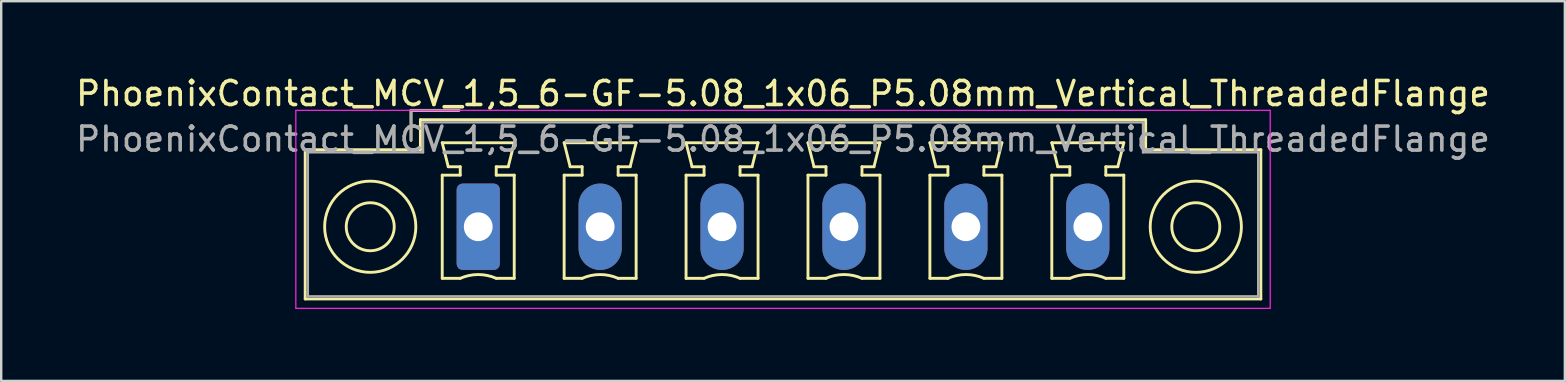
<source format=kicad_pcb>
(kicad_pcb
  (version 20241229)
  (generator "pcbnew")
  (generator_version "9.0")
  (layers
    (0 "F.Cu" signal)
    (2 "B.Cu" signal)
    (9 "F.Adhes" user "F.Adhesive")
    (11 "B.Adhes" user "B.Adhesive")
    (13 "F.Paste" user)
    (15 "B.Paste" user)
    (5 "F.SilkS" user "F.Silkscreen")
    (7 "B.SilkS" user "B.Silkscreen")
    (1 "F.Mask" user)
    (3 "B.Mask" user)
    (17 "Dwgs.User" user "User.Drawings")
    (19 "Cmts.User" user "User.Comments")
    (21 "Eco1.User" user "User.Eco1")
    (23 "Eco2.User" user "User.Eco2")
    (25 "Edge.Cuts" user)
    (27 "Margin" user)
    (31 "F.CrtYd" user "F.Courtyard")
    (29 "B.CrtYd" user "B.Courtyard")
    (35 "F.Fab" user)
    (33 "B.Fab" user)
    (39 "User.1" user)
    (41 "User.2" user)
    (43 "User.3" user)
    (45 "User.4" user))
  (footprint "PhoenixContact_MCV_1,5_6-GF-5.08_1x06_P5.08mm_Vertical_ThreadedFlange"
    (layer "F.Cu")
    (at 16.877 6.398)
    (property "Reference" "PhoenixContact_MCV_1,5_6-GF-5.08_1x06_P5.08mm_Vertical_ThreadedFlange" (at 12.7 -5.55 0) (layer "F.SilkS") (effects (font (size 1 1) (thickness 0.15))))
    (attr through_hole)
    (fp_line (start -7.21 -3.21) (end -7.21 3.01) (stroke (width 0.12) (type solid)) (layer "F.SilkS"))
    (fp_line (start -7.21 3.01) (end 32.61 3.01) (stroke (width 0.12) (type solid)) (layer "F.SilkS"))
    (fp_line (start -2.8 -4.85) (end -0.8 -4.85) (stroke (width 0.12) (type solid)) (layer "F.SilkS"))
    (fp_line (start -2.8 -3.6) (end -2.8 -4.85) (stroke (width 0.12) (type solid)) (layer "F.SilkS"))
    (fp_line (start -2.41 -4.46) (end -2.41 -3.21) (stroke (width 0.12) (type solid)) (layer "F.SilkS"))
    (fp_line (start -2.41 -3.21) (end -7.21 -3.21) (stroke (width 0.12) (type solid)) (layer "F.SilkS"))
    (fp_line (start -1.5 -3.5) (end 1.5 -3.5) (stroke (width 0.12) (type solid)) (layer "F.SilkS"))
    (fp_line (start -1.5 -2.15) (end -0.75 -2.15) (stroke (width 0.12) (type solid)) (layer "F.SilkS"))
    (fp_line (start -1.5 2.15) (end -1.5 -2.15) (stroke (width 0.12) (type solid)) (layer "F.SilkS"))
    (fp_line (start -1.25 -2.5) (end -1.5 -3.5) (stroke (width 0.12) (type solid)) (layer "F.SilkS"))
    (fp_line (start -0.75 -2.5) (end -1.25 -2.5) (stroke (width 0.12) (type solid)) (layer "F.SilkS"))
    (fp_line (start -0.75 -2.15) (end -0.75 -2.5) (stroke (width 0.12) (type solid)) (layer "F.SilkS"))
    (fp_line (start -0.75 2.15) (end -1.5 2.15) (stroke (width 0.12) (type solid)) (layer "F.SilkS"))
    (fp_line (start 0.75 -2.5) (end 0.75 -2.15) (stroke (width 0.12) (type solid)) (layer "F.SilkS"))
    (fp_line (start 0.75 -2.15) (end 1.5 -2.15) (stroke (width 0.12) (type solid)) (layer "F.SilkS"))
    (fp_line (start 1.25 -2.5) (end 0.75 -2.5) (stroke (width 0.12) (type solid)) (layer "F.SilkS"))
    (fp_line (start 1.5 -3.5) (end 1.25 -2.5) (stroke (width 0.12) (type solid)) (layer "F.SilkS"))
    (fp_line (start 1.5 -2.15) (end 1.5 2.15) (stroke (width 0.12) (type solid)) (layer "F.SilkS"))
    (fp_line (start 1.5 2.15) (end 0.75 2.15) (stroke (width 0.12) (type solid)) (layer "F.SilkS"))
    (fp_line (start 3.58 -3.5) (end 6.58 -3.5) (stroke (width 0.12) (type solid)) (layer "F.SilkS"))
    (fp_line (start 3.58 -2.15) (end 4.33 -2.15) (stroke (width 0.12) (type solid)) (layer "F.SilkS"))
    (fp_line (start 3.58 2.15) (end 3.58 -2.15) (stroke (width 0.12) (type solid)) (layer "F.SilkS"))
    (fp_line (start 3.83 -2.5) (end 3.58 -3.5) (stroke (width 0.12) (type solid)) (layer "F.SilkS"))
    (fp_line (start 4.33 -2.5) (end 3.83 -2.5) (stroke (width 0.12) (type solid)) (layer "F.SilkS"))
    (fp_line (start 4.33 -2.15) (end 4.33 -2.5) (stroke (width 0.12) (type solid)) (layer "F.SilkS"))
    (fp_line (start 4.33 2.15) (end 3.58 2.15) (stroke (width 0.12) (type solid)) (layer "F.SilkS"))
    (fp_line (start 5.83 -2.5) (end 5.83 -2.15) (stroke (width 0.12) (type solid)) (layer "F.SilkS"))
    (fp_line (start 5.83 -2.15) (end 6.58 -2.15) (stroke (width 0.12) (type solid)) (layer "F.SilkS"))
    (fp_line (start 6.33 -2.5) (end 5.83 -2.5) (stroke (width 0.12) (type solid)) (layer "F.SilkS"))
    (fp_line (start 6.58 -3.5) (end 6.33 -2.5) (stroke (width 0.12) (type solid)) (layer "F.SilkS"))
    (fp_line (start 6.58 -2.15) (end 6.58 2.15) (stroke (width 0.12) (type solid)) (layer "F.SilkS"))
    (fp_line (start 6.58 2.15) (end 5.83 2.15) (stroke (width 0.12) (type solid)) (layer "F.SilkS"))
    (fp_line (start 8.66 -3.5) (end 11.66 -3.5) (stroke (width 0.12) (type solid)) (layer "F.SilkS"))
    (fp_line (start 8.66 -2.15) (end 9.41 -2.15) (stroke (width 0.12) (type solid)) (layer "F.SilkS"))
    (fp_line (start 8.66 2.15) (end 8.66 -2.15) (stroke (width 0.12) (type solid)) (layer "F.SilkS"))
    (fp_line (start 8.91 -2.5) (end 8.66 -3.5) (stroke (width 0.12) (type solid)) (layer "F.SilkS"))
    (fp_line (start 9.41 -2.5) (end 8.91 -2.5) (stroke (width 0.12) (type solid)) (layer "F.SilkS"))
    (fp_line (start 9.41 -2.15) (end 9.41 -2.5) (stroke (width 0.12) (type solid)) (layer "F.SilkS"))
    (fp_line (start 9.41 2.15) (end 8.66 2.15) (stroke (width 0.12) (type solid)) (layer "F.SilkS"))
    (fp_line (start 10.91 -2.5) (end 10.91 -2.15) (stroke (width 0.12) (type solid)) (layer "F.SilkS"))
    (fp_line (start 10.91 -2.15) (end 11.66 -2.15) (stroke (width 0.12) (type solid)) (layer "F.SilkS"))
    (fp_line (start 11.41 -2.5) (end 10.91 -2.5) (stroke (width 0.12) (type solid)) (layer "F.SilkS"))
    (fp_line (start 11.66 -3.5) (end 11.41 -2.5) (stroke (width 0.12) (type solid)) (layer "F.SilkS"))
    (fp_line (start 11.66 -2.15) (end 11.66 2.15) (stroke (width 0.12) (type solid)) (layer "F.SilkS"))
    (fp_line (start 11.66 2.15) (end 10.91 2.15) (stroke (width 0.12) (type solid)) (layer "F.SilkS"))
    (fp_line (start 13.74 -3.5) (end 16.74 -3.5) (stroke (width 0.12) (type solid)) (layer "F.SilkS"))
    (fp_line (start 13.74 -2.15) (end 14.49 -2.15) (stroke (width 0.12) (type solid)) (layer "F.SilkS"))
    (fp_line (start 13.74 2.15) (end 13.74 -2.15) (stroke (width 0.12) (type solid)) (layer "F.SilkS"))
    (fp_line (start 13.99 -2.5) (end 13.74 -3.5) (stroke (width 0.12) (type solid)) (layer "F.SilkS"))
    (fp_line (start 14.49 -2.5) (end 13.99 -2.5) (stroke (width 0.12) (type solid)) (layer "F.SilkS"))
    (fp_line (start 14.49 -2.15) (end 14.49 -2.5) (stroke (width 0.12) (type solid)) (layer "F.SilkS"))
    (fp_line (start 14.49 2.15) (end 13.74 2.15) (stroke (width 0.12) (type solid)) (layer "F.SilkS"))
    (fp_line (start 15.99 -2.5) (end 15.99 -2.15) (stroke (width 0.12) (type solid)) (layer "F.SilkS"))
    (fp_line (start 15.99 -2.15) (end 16.74 -2.15) (stroke (width 0.12) (type solid)) (layer "F.SilkS"))
    (fp_line (start 16.49 -2.5) (end 15.99 -2.5) (stroke (width 0.12) (type solid)) (layer "F.SilkS"))
    (fp_line (start 16.74 -3.5) (end 16.49 -2.5) (stroke (width 0.12) (type solid)) (layer "F.SilkS"))
    (fp_line (start 16.74 -2.15) (end 16.74 2.15) (stroke (width 0.12) (type solid)) (layer "F.SilkS"))
    (fp_line (start 16.74 2.15) (end 15.99 2.15) (stroke (width 0.12) (type solid)) (layer "F.SilkS"))
    (fp_line (start 18.82 -3.5) (end 21.82 -3.5) (stroke (width 0.12) (type solid)) (layer "F.SilkS"))
    (fp_line (start 18.82 -2.15) (end 19.57 -2.15) (stroke (width 0.12) (type solid)) (layer "F.SilkS"))
    (fp_line (start 18.82 2.15) (end 18.82 -2.15) (stroke (width 0.12) (type solid)) (layer "F.SilkS"))
    (fp_line (start 19.07 -2.5) (end 18.82 -3.5) (stroke (width 0.12) (type solid)) (layer "F.SilkS"))
    (fp_line (start 19.57 -2.5) (end 19.07 -2.5) (stroke (width 0.12) (type solid)) (layer "F.SilkS"))
    (fp_line (start 19.57 -2.15) (end 19.57 -2.5) (stroke (width 0.12) (type solid)) (layer "F.SilkS"))
    (fp_line (start 19.57 2.15) (end 18.82 2.15) (stroke (width 0.12) (type solid)) (layer "F.SilkS"))
    (fp_line (start 21.07 -2.5) (end 21.07 -2.15) (stroke (width 0.12) (type solid)) (layer "F.SilkS"))
    (fp_line (start 21.07 -2.15) (end 21.82 -2.15) (stroke (width 0.12) (type solid)) (layer "F.SilkS"))
    (fp_line (start 21.57 -2.5) (end 21.07 -2.5) (stroke (width 0.12) (type solid)) (layer "F.SilkS"))
    (fp_line (start 21.82 -3.5) (end 21.57 -2.5) (stroke (width 0.12) (type solid)) (layer "F.SilkS"))
    (fp_line (start 21.82 -2.15) (end 21.82 2.15) (stroke (width 0.12) (type solid)) (layer "F.SilkS"))
    (fp_line (start 21.82 2.15) (end 21.07 2.15) (stroke (width 0.12) (type solid)) (layer "F.SilkS"))
    (fp_line (start 23.9 -3.5) (end 26.9 -3.5) (stroke (width 0.12) (type solid)) (layer "F.SilkS"))
    (fp_line (start 23.9 -2.15) (end 24.65 -2.15) (stroke (width 0.12) (type solid)) (layer "F.SilkS"))
    (fp_line (start 23.9 2.15) (end 23.9 -2.15) (stroke (width 0.12) (type solid)) (layer "F.SilkS"))
    (fp_line (start 24.15 -2.5) (end 23.9 -3.5) (stroke (width 0.12) (type solid)) (layer "F.SilkS"))
    (fp_line (start 24.65 -2.5) (end 24.15 -2.5) (stroke (width 0.12) (type solid)) (layer "F.SilkS"))
    (fp_line (start 24.65 -2.15) (end 24.65 -2.5) (stroke (width 0.12) (type solid)) (layer "F.SilkS"))
    (fp_line (start 24.65 2.15) (end 23.9 2.15) (stroke (width 0.12) (type solid)) (layer "F.SilkS"))
    (fp_line (start 26.15 -2.5) (end 26.15 -2.15) (stroke (width 0.12) (type solid)) (layer "F.SilkS"))
    (fp_line (start 26.15 -2.15) (end 26.9 -2.15) (stroke (width 0.12) (type solid)) (layer "F.SilkS"))
    (fp_line (start 26.65 -2.5) (end 26.15 -2.5) (stroke (width 0.12) (type solid)) (layer "F.SilkS"))
    (fp_line (start 26.9 -3.5) (end 26.65 -2.5) (stroke (width 0.12) (type solid)) (layer "F.SilkS"))
    (fp_line (start 26.9 -2.15) (end 26.9 2.15) (stroke (width 0.12) (type solid)) (layer "F.SilkS"))
    (fp_line (start 26.9 2.15) (end 26.15 2.15) (stroke (width 0.12) (type solid)) (layer "F.SilkS"))
    (fp_line (start 27.81 -4.46) (end -2.41 -4.46) (stroke (width 0.12) (type solid)) (layer "F.SilkS"))
    (fp_line (start 27.81 -3.21) (end 27.81 -4.46) (stroke (width 0.12) (type solid)) (layer "F.SilkS"))
    (fp_line (start 32.61 -3.21) (end 27.81 -3.21) (stroke (width 0.12) (type solid)) (layer "F.SilkS"))
    (fp_line (start 32.61 3.01) (end 32.61 -3.21) (stroke (width 0.12) (type solid)) (layer "F.SilkS"))
    (fp_arc (start -0.75 2.15) (mid -0.000193 1.99191) (end 0.749647 2.149844) (stroke (width 0.12) (type solid)) (layer "F.SilkS"))
    (fp_arc (start 4.33 2.15) (mid 5.079807 1.99191) (end 5.829647 2.149844) (stroke (width 0.12) (type solid)) (layer "F.SilkS"))
    (fp_arc (start 9.41 2.15) (mid 10.159807 1.99191) (end 10.909647 2.149844) (stroke (width 0.12) (type solid)) (layer "F.SilkS"))
    (fp_arc (start 14.49 2.15) (mid 15.239807 1.99191) (end 15.989647 2.149844) (stroke (width 0.12) (type solid)) (layer "F.SilkS"))
    (fp_arc (start 19.57 2.15) (mid 20.319807 1.99191) (end 21.069647 2.149844) (stroke (width 0.12) (type solid)) (layer "F.SilkS"))
    (fp_arc (start 24.65 2.15) (mid 25.399807 1.99191) (end 26.149647 2.149844) (stroke (width 0.12) (type solid)) (layer "F.SilkS"))
    (fp_circle (center -4.5 0) (end -3.5 0) (stroke (width 0.12) (type solid)) (fill no) (layer "F.SilkS"))
    (fp_circle (center -4.5 0) (end -2.6 0) (stroke (width 0.12) (type solid)) (fill no) (layer "F.SilkS"))
    (fp_circle (center 29.9 0) (end 30.9 0) (stroke (width 0.12) (type solid)) (fill no) (layer "F.SilkS"))
    (fp_circle (center 29.9 0) (end 31.8 0) (stroke (width 0.12) (type solid)) (fill no) (layer "F.SilkS"))
    (fp_line (start -7.6 -4.85) (end -7.6 3.4) (stroke (width 0.05) (type solid)) (layer "F.CrtYd"))
    (fp_line (start -7.6 3.4) (end 33 3.4) (stroke (width 0.05) (type solid)) (layer "F.CrtYd"))
    (fp_line (start 33 -4.85) (end -7.6 -4.85) (stroke (width 0.05) (type solid)) (layer "F.CrtYd"))
    (fp_line (start 33 3.4) (end 33 -4.85) (stroke (width 0.05) (type solid)) (layer "F.CrtYd"))
    (fp_line (start -7.1 -3.1) (end -7.1 2.9) (stroke (width 0.1) (type solid)) (layer "F.Fab"))
    (fp_line (start -7.1 2.9) (end 32.5 2.9) (stroke (width 0.1) (type solid)) (layer "F.Fab"))
    (fp_line (start -2.8 -4.85) (end -0.8 -4.85) (stroke (width 0.1) (type solid)) (layer "F.Fab"))
    (fp_line (start -2.8 -3.6) (end -2.8 -4.85) (stroke (width 0.1) (type solid)) (layer "F.Fab"))
    (fp_line (start -2.3 -4.35) (end -2.3 -3.1) (stroke (width 0.1) (type solid)) (layer "F.Fab"))
    (fp_line (start -2.3 -3.1) (end -7.1 -3.1) (stroke (width 0.1) (type solid)) (layer "F.Fab"))
    (fp_line (start 27.7 -4.35) (end -2.3 -4.35) (stroke (width 0.1) (type solid)) (layer "F.Fab"))
    (fp_line (start 27.7 -3.1) (end 27.7 -4.35) (stroke (width 0.1) (type solid)) (layer "F.Fab"))
    (fp_line (start 32.5 -3.1) (end 27.7 -3.1) (stroke (width 0.1) (type solid)) (layer "F.Fab"))
    (fp_line (start 32.5 2.9) (end 32.5 -3.1) (stroke (width 0.1) (type solid)) (layer "F.Fab"))
    (fp_text user "${REFERENCE}" (at 12.7 -3.65 0) (layer "F.Fab") (effects (font (size 1 1) (thickness 0.15))))
    (pad "1" thru_hole roundrect (at 0 0) (size 1.8 3.6) (drill 1.2) (layers "*.Cu" "*.Mask") (roundrect_rratio 0.139))
    (pad "2" thru_hole oval (at 5.08 0) (size 1.8 3.6) (drill 1.2) (layers "*.Cu" "*.Mask"))
    (pad "3" thru_hole oval (at 10.16 0) (size 1.8 3.6) (drill 1.2) (layers "*.Cu" "*.Mask"))
    (pad "4" thru_hole oval (at 15.24 0) (size 1.8 3.6) (drill 1.2) (layers "*.Cu" "*.Mask"))
    (pad "5" thru_hole oval (at 20.32 0) (size 1.8 3.6) (drill 1.2) (layers "*.Cu" "*.Mask"))
    (pad "6" thru_hole oval (at 25.4 0) (size 1.8 3.6) (drill 1.2) (layers "*.Cu" "*.Mask")))
  (gr_rect
    (start -3 -3)
    (end 62.155 12.823)
    (stroke (width 0.1) (type default))
    (fill no)
    (layer "Edge.Cuts")))
</source>
